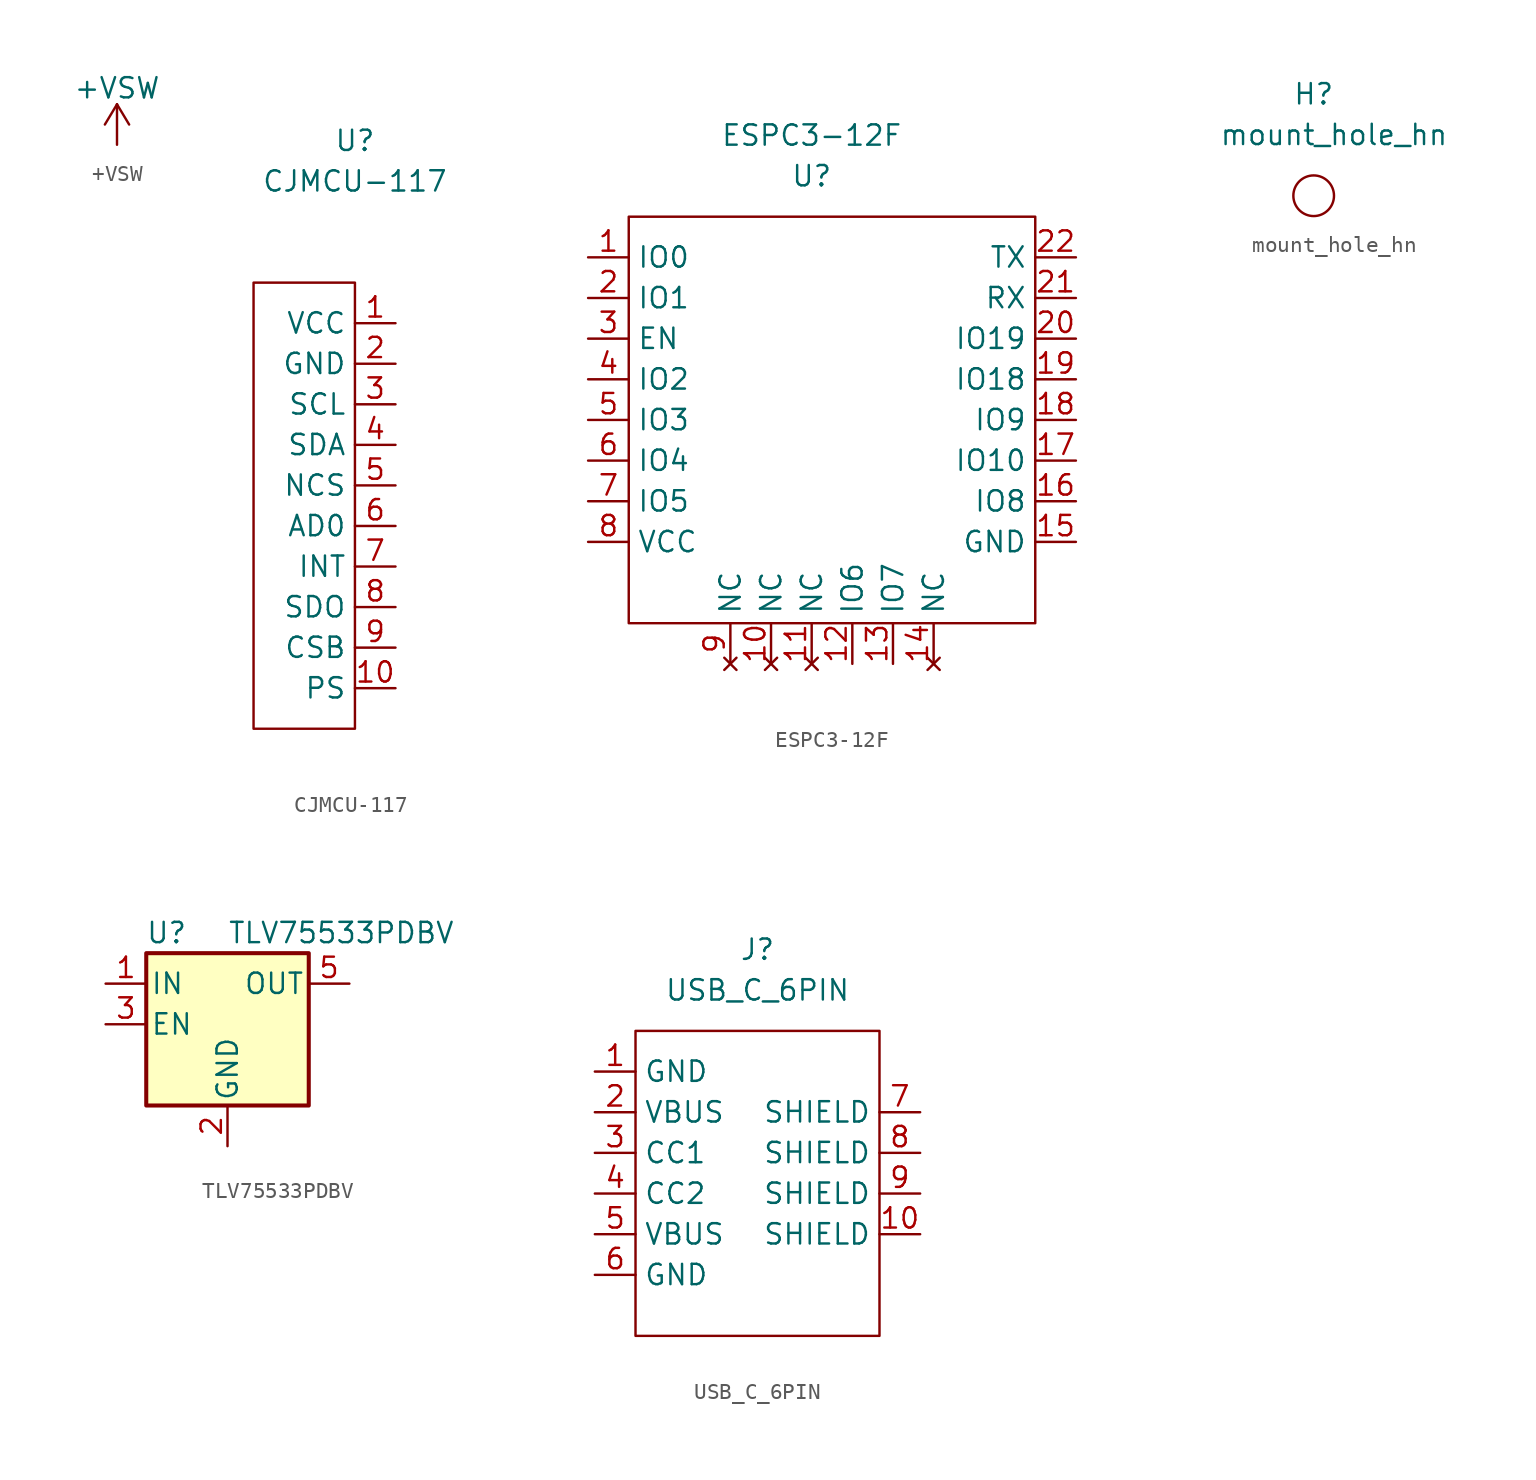
<source format=kicad_sym>
(kicad_symbol_lib
  (version 20220126)
  (generator kicad_symbol_editor)
  (symbol "+VSW"
    (power)
    (pin_names
      (offset 0))
    (property "Reference" "#PWR"
      (at 0 -3.81 0)
      (effects (font (size 1.27 1.27)) hide))
    (property "Value" "+VSW"
      (at 0 3.556 0)
      (effects (font (size 1.27 1.27))))
    (symbol "+VSW_0_1"
      (polyline (pts (xy -0.762 1.27) (xy 0 2.54)) (stroke (width 0) (type default)) (fill (type none)))
      (polyline (pts (xy 0 0) (xy 0 2.54)) (stroke (width 0) (type default)) (fill (type none)))
      (polyline (pts (xy 0 2.54) (xy 0.762 1.27)) (stroke (width 0) (type default)) (fill (type none))))
    (symbol "+VSW_1_1"
      (pin power_in line (at 0 0 90) (length 0) hide (name "+VSW" (effects (font (size 1.27 1.27)))) (number "1" (effects (font (size 1.27 1.27)))))))
  (symbol "CJMCU-117"
    (property "Reference" "U"
      (at 0 11.43 0)
      (effects (font (size 1.27 1.27))))
    (property "Value" "CJMCU-117"
      (at 0 8.89 0)
      (effects (font (size 1.27 1.27))))
    (symbol "CJMCU-117_0_1"
      (rectangle (start -6.35 2.54) (end 0 -25.4) (stroke (width 0) (type default)) (fill (type none))))
    (symbol "CJMCU-117_1_1"
      (pin passive line (at 2.54 0 180) (length 2.54) (name "VCC" (effects (font (size 1.27 1.27)))) (number "1" (effects (font (size 1.27 1.27)))))
      (pin input line (at 2.54 -22.86 180) (length 2.54) (name "PS" (effects (font (size 1.27 1.27)))) (number "10" (effects (font (size 1.27 1.27)))))
      (pin passive line (at 2.54 -2.54 180) (length 2.54) (name "GND" (effects (font (size 1.27 1.27)))) (number "2" (effects (font (size 1.27 1.27)))))
      (pin input line (at 2.54 -5.08 180) (length 2.54) (name "SCL" (effects (font (size 1.27 1.27)))) (number "3" (effects (font (size 1.27 1.27)))))
      (pin bidirectional line (at 2.54 -7.62 180) (length 2.54) (name "SDA" (effects (font (size 1.27 1.27)))) (number "4" (effects (font (size 1.27 1.27)))))
      (pin input line (at 2.54 -10.16 180) (length 2.54) (name "NCS" (effects (font (size 1.27 1.27)))) (number "5" (effects (font (size 1.27 1.27)))))
      (pin input line (at 2.54 -12.7 180) (length 2.54) (name "AD0" (effects (font (size 1.27 1.27)))) (number "6" (effects (font (size 1.27 1.27)))))
      (pin output line (at 2.54 -15.24 180) (length 2.54) (name "INT" (effects (font (size 1.27 1.27)))) (number "7" (effects (font (size 1.27 1.27)))))
      (pin output line (at 2.54 -17.78 180) (length 2.54) (name "SDO" (effects (font (size 1.27 1.27)))) (number "8" (effects (font (size 1.27 1.27)))))
      (pin input line (at 2.54 -20.32 180) (length 2.54) (name "CSB" (effects (font (size 1.27 1.27)))) (number "9" (effects (font (size 1.27 1.27)))))))
  (symbol "ESPC3-12F"
    (property "Reference" "U"
      (at -1.27 13.97 0)
      (effects (font (size 1.27 1.27))))
    (property "Value" "ESPC3-12F"
      (at -1.27 16.51 0)
      (effects (font (size 1.27 1.27))))
    (symbol "ESPC3-12F_0_1"
      (rectangle (start -12.7 11.43) (end 12.7 -13.97) (stroke (width 0) (type default)) (fill (type none))))
    (symbol "ESPC3-12F_1_1"
      (pin bidirectional line (at -15.24 8.89 0) (length 2.54) (name "IO0" (effects (font (size 1.27 1.27)))) (number "1" (effects (font (size 1.27 1.27)))))
      (pin no_connect line (at -3.81 -16.51 90) (length 2.54) (name "NC" (effects (font (size 1.27 1.27)))) (number "10" (effects (font (size 1.27 1.27)))))
      (pin no_connect line (at -1.27 -16.51 90) (length 2.54) (name "NC" (effects (font (size 1.27 1.27)))) (number "11" (effects (font (size 1.27 1.27)))))
      (pin bidirectional line (at 1.27 -16.51 90) (length 2.54) (name "IO6" (effects (font (size 1.27 1.27)))) (number "12" (effects (font (size 1.27 1.27)))))
      (pin bidirectional line (at 3.81 -16.51 90) (length 2.54) (name "IO7" (effects (font (size 1.27 1.27)))) (number "13" (effects (font (size 1.27 1.27)))))
      (pin no_connect line (at 6.35 -16.51 90) (length 2.54) (name "NC" (effects (font (size 1.27 1.27)))) (number "14" (effects (font (size 1.27 1.27)))))
      (pin power_in line (at 15.24 -8.89 180) (length 2.54) (name "GND" (effects (font (size 1.27 1.27)))) (number "15" (effects (font (size 1.27 1.27)))))
      (pin bidirectional line (at 15.24 -6.35 180) (length 2.54) (name "IO8" (effects (font (size 1.27 1.27)))) (number "16" (effects (font (size 1.27 1.27)))))
      (pin bidirectional line (at 15.24 -3.81 180) (length 2.54) (name "IO10" (effects (font (size 1.27 1.27)))) (number "17" (effects (font (size 1.27 1.27)))))
      (pin bidirectional line (at 15.24 -1.27 180) (length 2.54) (name "IO9" (effects (font (size 1.27 1.27)))) (number "18" (effects (font (size 1.27 1.27)))))
      (pin bidirectional line (at 15.24 1.27 180) (length 2.54) (name "IO18" (effects (font (size 1.27 1.27)))) (number "19" (effects (font (size 1.27 1.27)))))
      (pin bidirectional line (at -15.24 6.35 0) (length 2.54) (name "IO1" (effects (font (size 1.27 1.27)))) (number "2" (effects (font (size 1.27 1.27)))))
      (pin bidirectional line (at 15.24 3.81 180) (length 2.54) (name "IO19" (effects (font (size 1.27 1.27)))) (number "20" (effects (font (size 1.27 1.27)))))
      (pin input line (at 15.24 6.35 180) (length 2.54) (name "RX" (effects (font (size 1.27 1.27)))) (number "21" (effects (font (size 1.27 1.27)))))
      (pin output line (at 15.24 8.89 180) (length 2.54) (name "TX" (effects (font (size 1.27 1.27)))) (number "22" (effects (font (size 1.27 1.27)))))
      (pin input line (at -15.24 3.81 0) (length 2.54) (name "EN" (effects (font (size 1.27 1.27)))) (number "3" (effects (font (size 1.27 1.27)))))
      (pin bidirectional line (at -15.24 1.27 0) (length 2.54) (name "IO2" (effects (font (size 1.27 1.27)))) (number "4" (effects (font (size 1.27 1.27)))))
      (pin bidirectional line (at -15.24 -1.27 0) (length 2.54) (name "IO3" (effects (font (size 1.27 1.27)))) (number "5" (effects (font (size 1.27 1.27)))))
      (pin bidirectional line (at -15.24 -3.81 0) (length 2.54) (name "IO4" (effects (font (size 1.27 1.27)))) (number "6" (effects (font (size 1.27 1.27)))))
      (pin bidirectional line (at -15.24 -6.35 0) (length 2.54) (name "IO5" (effects (font (size 1.27 1.27)))) (number "7" (effects (font (size 1.27 1.27)))))
      (pin power_in line (at -15.24 -8.89 0) (length 2.54) (name "VCC" (effects (font (size 1.27 1.27)))) (number "8" (effects (font (size 1.27 1.27)))))
      (pin no_connect line (at -6.35 -16.51 90) (length 2.54) (name "NC" (effects (font (size 1.27 1.27)))) (number "9" (effects (font (size 1.27 1.27)))))))
  (symbol "mount_hole_hn"
    (property "Reference" "H"
      (at 0 6.35 0)
      (effects (font (size 1.27 1.27))))
    (property "Value" "mount_hole_hn"
      (at 1.27 3.81 0)
      (effects (font (size 1.27 1.27))))
    (symbol "mount_hole_hn_0_1"
      (circle (center 0 0) (radius 1.27) (stroke (width 0) (type default)) (fill (type none)))))
  (symbol "TLV75533PDBV"
    (pin_names
      (offset 0.254))
    (property "Reference" "U"
      (at -3.81 5.715 0)
      (effects (font (size 1.27 1.27))))
    (property "Value" "TLV75533PDBV"
      (at 0 5.715 0)
      (effects (font (size 1.27 1.27)) (justify left)))
    (symbol "TLV75533PDBV_0_1"
      (rectangle (start -5.08 4.445) (end 5.08 -5.08) (stroke (width 0.254) (type default)) (fill (type background))))
    (symbol "TLV75533PDBV_1_1"
      (pin power_in line (at -7.62 2.54 0) (length 2.54) (name "IN" (effects (font (size 1.27 1.27)))) (number "1" (effects (font (size 1.27 1.27)))))
      (pin power_in line (at 0 -7.62 90) (length 2.54) (name "GND" (effects (font (size 1.27 1.27)))) (number "2" (effects (font (size 1.27 1.27)))))
      (pin input line (at -7.62 0 0) (length 2.54) (name "EN" (effects (font (size 1.27 1.27)))) (number "3" (effects (font (size 1.27 1.27)))))
      (pin no_connect line (at 5.08 0 180) (length 2.54) hide (name "NC" (effects (font (size 1.27 1.27)))) (number "4" (effects (font (size 1.27 1.27)))))
      (pin power_out line (at 7.62 2.54 180) (length 2.54) (name "OUT" (effects (font (size 1.27 1.27)))) (number "5" (effects (font (size 1.27 1.27)))))))
  (symbol "USB_C_6PIN"
    (property "Reference" "J"
      (at 7.62 7.62 0)
      (effects (font (size 1.27 1.27))))
    (property "Value" "USB_C_6PIN"
      (at 7.62 5.08 0)
      (effects (font (size 1.27 1.27))))
    (symbol "USB_C_6PIN_0_1"
      (rectangle (start 0 2.54) (end 15.24 -16.51) (stroke (width 0) (type default)) (fill (type none))))
    (symbol "USB_C_6PIN_1_1"
      (pin passive line (at -2.54 0 0) (length 2.54) (name "GND" (effects (font (size 1.27 1.27)))) (number "1" (effects (font (size 1.27 1.27)))))
      (pin passive line (at 17.78 -10.16 180) (length 2.54) (name "SHIELD" (effects (font (size 1.27 1.27)))) (number "10" (effects (font (size 1.27 1.27)))))
      (pin passive line (at -2.54 -2.54 0) (length 2.54) (name "VBUS" (effects (font (size 1.27 1.27)))) (number "2" (effects (font (size 1.27 1.27)))))
      (pin passive line (at -2.54 -5.08 0) (length 2.54) (name "CC1" (effects (font (size 1.27 1.27)))) (number "3" (effects (font (size 1.27 1.27)))))
      (pin passive line (at -2.54 -7.62 0) (length 2.54) (name "CC2" (effects (font (size 1.27 1.27)))) (number "4" (effects (font (size 1.27 1.27)))))
      (pin passive line (at -2.54 -10.16 0) (length 2.54) (name "VBUS" (effects (font (size 1.27 1.27)))) (number "5" (effects (font (size 1.27 1.27)))))
      (pin passive line (at -2.54 -12.7 0) (length 2.54) (name "GND" (effects (font (size 1.27 1.27)))) (number "6" (effects (font (size 1.27 1.27)))))
      (pin passive line (at 17.78 -2.54 180) (length 2.54) (name "SHIELD" (effects (font (size 1.27 1.27)))) (number "7" (effects (font (size 1.27 1.27)))))
      (pin passive line (at 17.78 -5.08 180) (length 2.54) (name "SHIELD" (effects (font (size 1.27 1.27)))) (number "8" (effects (font (size 1.27 1.27)))))
      (pin passive line (at 17.78 -7.62 180) (length 2.54) (name "SHIELD" (effects (font (size 1.27 1.27)))) (number "9" (effects (font (size 1.27 1.27))))))))
</source>
